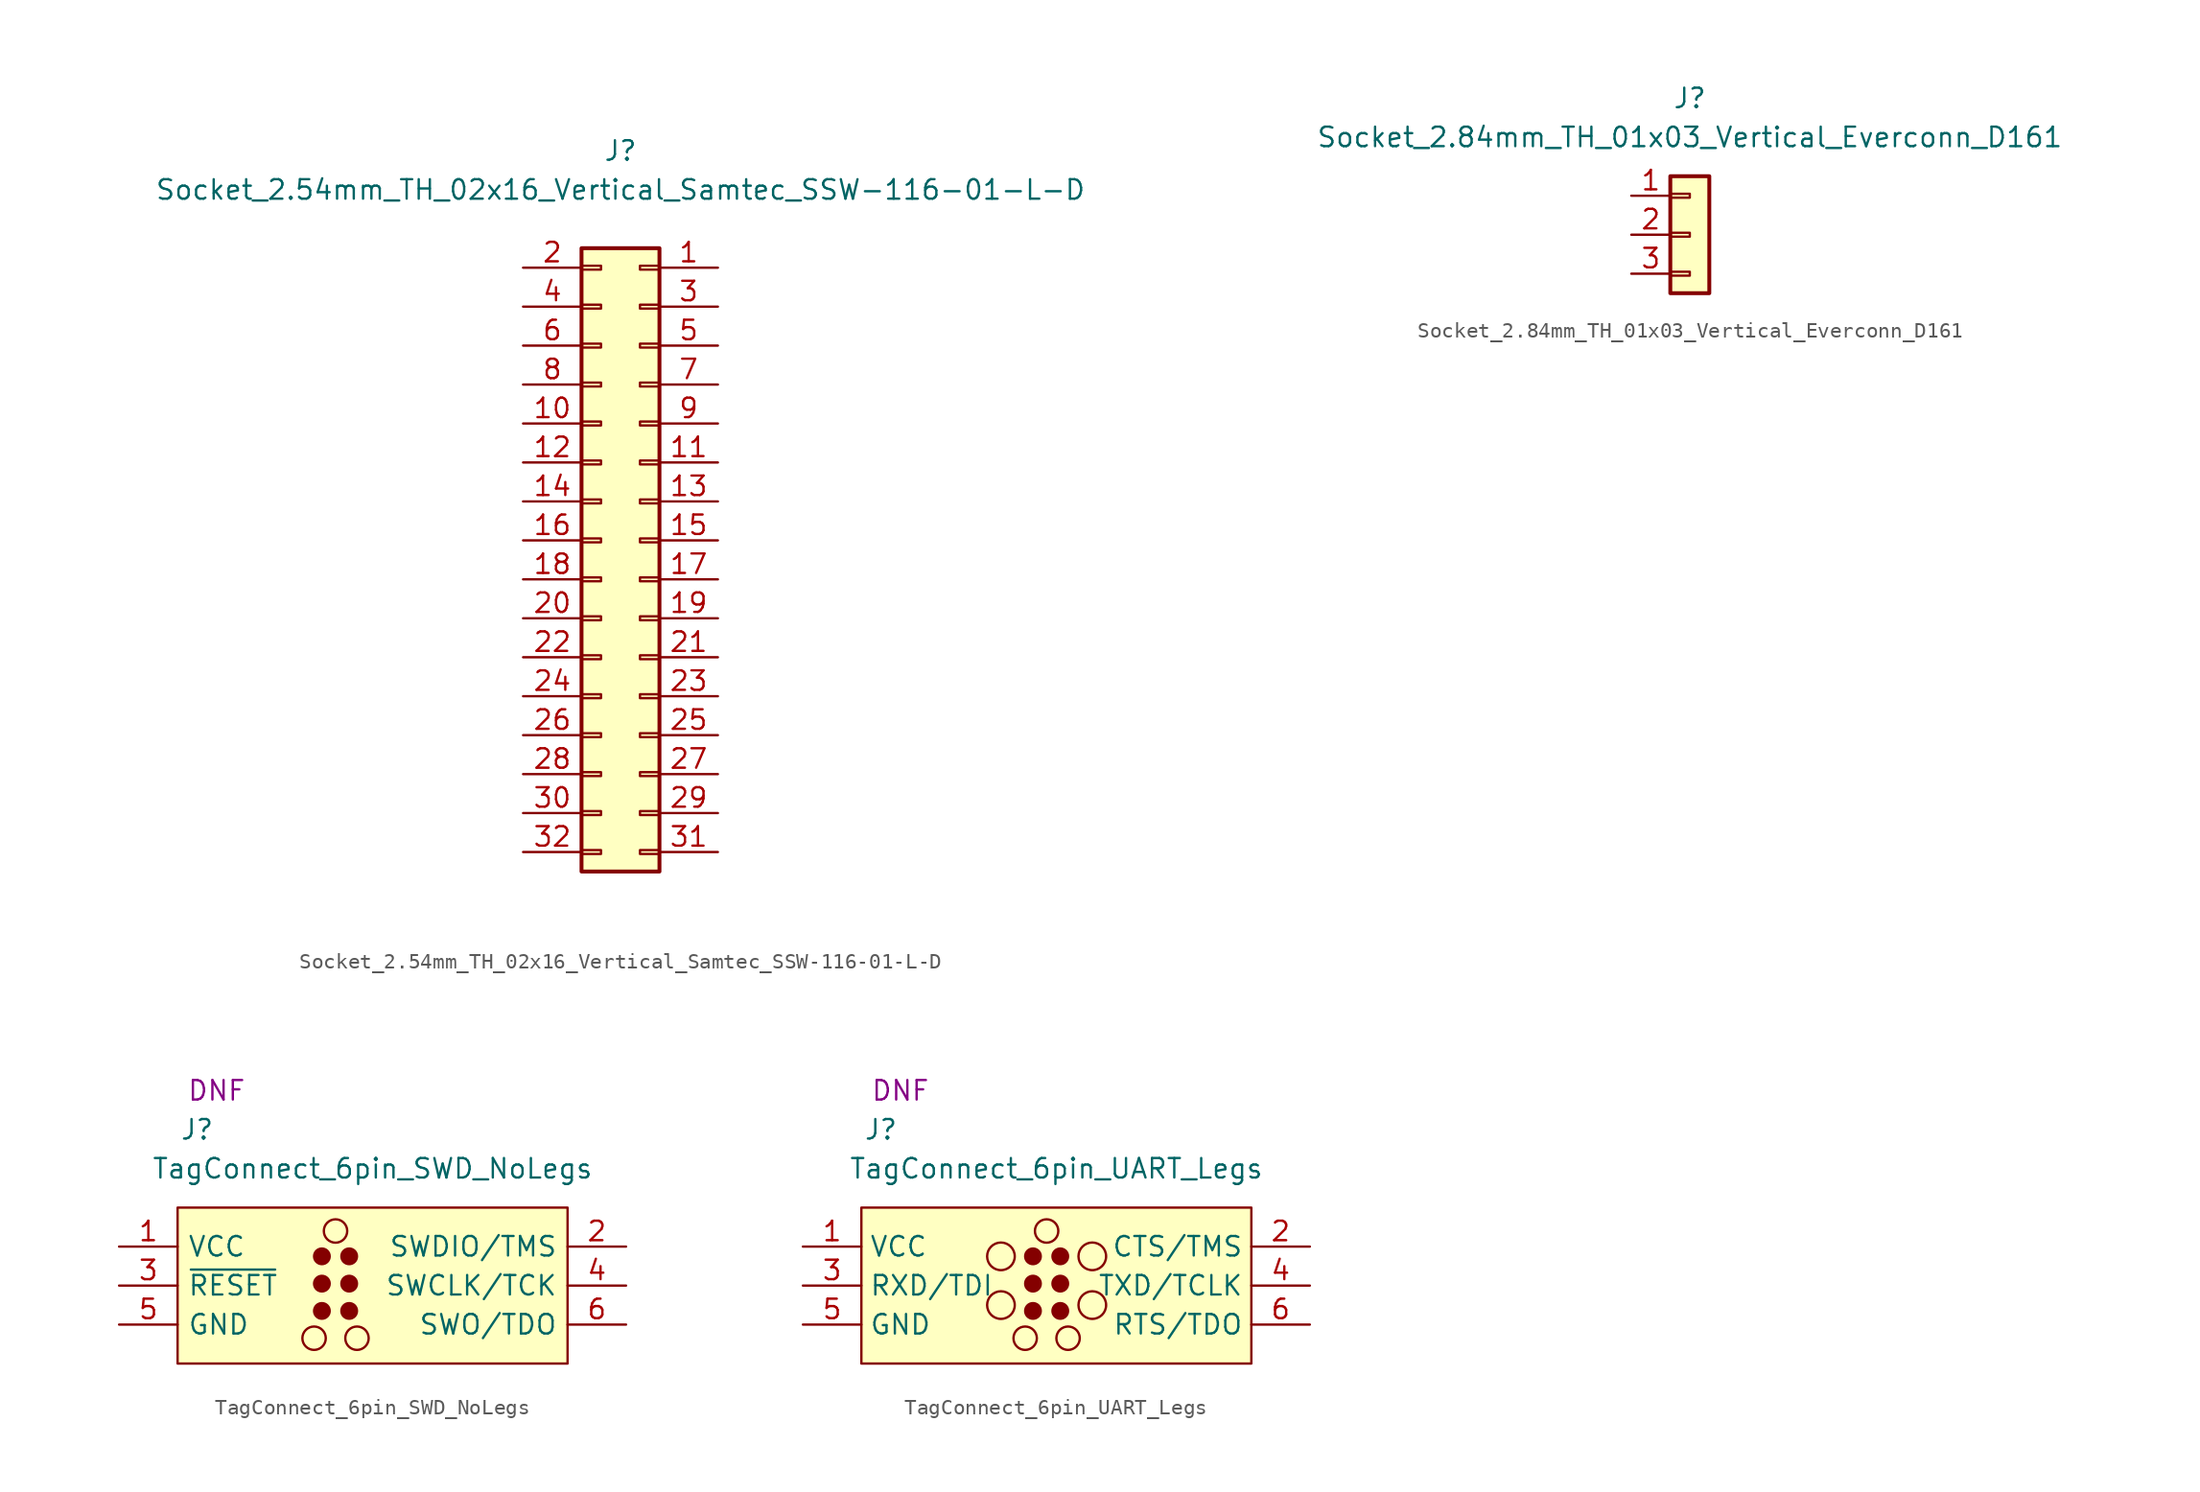
<source format=kicad_sym>
(kicad_symbol_lib
  (version 20241209)
  (generator "kicad_symbol_editor")
  (generator_version "9.0")
  (symbol "Socket_2.54mm_TH_02x16_Vertical_Samtec_SSW-116-01-L-D"
    (pin_names
      (offset 1.27)
      (hide yes))
    (property "Reference" "J"
      (at 0 26.67 0)
      (effects (font (size 1.27 1.27))))
    (property "Value" "Socket_2.54mm_TH_02x16_Vertical_Samtec_SSW-116-01-L-D"
      (at 0 24.13 0)
      (effects (font (size 1.27 1.27))))
    (symbol "Socket_2.54mm_TH_02x16_Vertical_Samtec_SSW-116-01-L-D_1_1"
      (rectangle (start -2.54 20.32) (end 2.54 -20.32) (stroke (width 0.254) (type default)) (fill (type background)))
      (rectangle (start -2.54 19.177) (end -1.27 18.923) (stroke (width 0.152) (type default)) (fill (type none)))
      (rectangle (start -2.54 16.637) (end -1.27 16.383) (stroke (width 0.152) (type default)) (fill (type none)))
      (rectangle (start -2.54 14.097) (end -1.27 13.843) (stroke (width 0.152) (type default)) (fill (type none)))
      (rectangle (start -2.54 11.557) (end -1.27 11.303) (stroke (width 0.152) (type default)) (fill (type none)))
      (rectangle (start -2.54 9.017) (end -1.27 8.763) (stroke (width 0.152) (type default)) (fill (type none)))
      (rectangle (start -2.54 6.477) (end -1.27 6.223) (stroke (width 0.152) (type default)) (fill (type none)))
      (rectangle (start -2.54 3.937) (end -1.27 3.683) (stroke (width 0.152) (type default)) (fill (type none)))
      (rectangle (start -2.54 1.397) (end -1.27 1.143) (stroke (width 0.152) (type default)) (fill (type none)))
      (rectangle (start -2.54 -1.143) (end -1.27 -1.397) (stroke (width 0.152) (type default)) (fill (type none)))
      (rectangle (start -2.54 -3.683) (end -1.27 -3.937) (stroke (width 0.152) (type default)) (fill (type none)))
      (rectangle (start -2.54 -6.223) (end -1.27 -6.477) (stroke (width 0.152) (type default)) (fill (type none)))
      (rectangle (start -2.54 -8.763) (end -1.27 -9.017) (stroke (width 0.152) (type default)) (fill (type none)))
      (rectangle (start -2.54 -11.303) (end -1.27 -11.557) (stroke (width 0.152) (type default)) (fill (type none)))
      (rectangle (start -2.54 -13.843) (end -1.27 -14.097) (stroke (width 0.152) (type default)) (fill (type none)))
      (rectangle (start -2.54 -16.383) (end -1.27 -16.637) (stroke (width 0.152) (type default)) (fill (type none)))
      (rectangle (start -2.54 -18.923) (end -1.27 -19.177) (stroke (width 0.152) (type default)) (fill (type none)))
      (rectangle (start 2.54 19.177) (end 1.27 18.923) (stroke (width 0.152) (type default)) (fill (type none)))
      (rectangle (start 2.54 16.637) (end 1.27 16.383) (stroke (width 0.152) (type default)) (fill (type none)))
      (rectangle (start 2.54 14.097) (end 1.27 13.843) (stroke (width 0.152) (type default)) (fill (type none)))
      (rectangle (start 2.54 11.557) (end 1.27 11.303) (stroke (width 0.152) (type default)) (fill (type none)))
      (rectangle (start 2.54 9.017) (end 1.27 8.763) (stroke (width 0.152) (type default)) (fill (type none)))
      (rectangle (start 2.54 6.477) (end 1.27 6.223) (stroke (width 0.152) (type default)) (fill (type none)))
      (rectangle (start 2.54 3.937) (end 1.27 3.683) (stroke (width 0.152) (type default)) (fill (type none)))
      (rectangle (start 2.54 1.397) (end 1.27 1.143) (stroke (width 0.152) (type default)) (fill (type none)))
      (rectangle (start 2.54 -1.143) (end 1.27 -1.397) (stroke (width 0.152) (type default)) (fill (type none)))
      (rectangle (start 2.54 -3.683) (end 1.27 -3.937) (stroke (width 0.152) (type default)) (fill (type none)))
      (rectangle (start 2.54 -6.223) (end 1.27 -6.477) (stroke (width 0.152) (type default)) (fill (type none)))
      (rectangle (start 2.54 -8.763) (end 1.27 -9.017) (stroke (width 0.152) (type default)) (fill (type none)))
      (rectangle (start 2.54 -11.303) (end 1.27 -11.557) (stroke (width 0.152) (type default)) (fill (type none)))
      (rectangle (start 2.54 -13.843) (end 1.27 -14.097) (stroke (width 0.152) (type default)) (fill (type none)))
      (rectangle (start 2.54 -16.383) (end 1.27 -16.637) (stroke (width 0.152) (type default)) (fill (type none)))
      (rectangle (start 2.54 -18.923) (end 1.27 -19.177) (stroke (width 0.152) (type default)) (fill (type none)))
      (pin passive line (at -6.35 19.05 0) (length 3.81) (name "Pin_2" (effects (font (size 1.27 1.27)))) (number "2" (effects (font (size 1.27 1.27)))))
      (pin passive line (at -6.35 16.51 0) (length 3.81) (name "Pin_4" (effects (font (size 1.27 1.27)))) (number "4" (effects (font (size 1.27 1.27)))))
      (pin passive line (at -6.35 13.97 0) (length 3.81) (name "Pin_6" (effects (font (size 1.27 1.27)))) (number "6" (effects (font (size 1.27 1.27)))))
      (pin passive line (at -6.35 11.43 0) (length 3.81) (name "Pin_8" (effects (font (size 1.27 1.27)))) (number "8" (effects (font (size 1.27 1.27)))))
      (pin passive line (at -6.35 8.89 0) (length 3.81) (name "Pin_10" (effects (font (size 1.27 1.27)))) (number "10" (effects (font (size 1.27 1.27)))))
      (pin passive line (at -6.35 6.35 0) (length 3.81) (name "Pin_12" (effects (font (size 1.27 1.27)))) (number "12" (effects (font (size 1.27 1.27)))))
      (pin passive line (at -6.35 3.81 0) (length 3.81) (name "Pin_14" (effects (font (size 1.27 1.27)))) (number "14" (effects (font (size 1.27 1.27)))))
      (pin passive line (at -6.35 1.27 0) (length 3.81) (name "Pin_16" (effects (font (size 1.27 1.27)))) (number "16" (effects (font (size 1.27 1.27)))))
      (pin passive line (at -6.35 -1.27 0) (length 3.81) (name "Pin_18" (effects (font (size 1.27 1.27)))) (number "18" (effects (font (size 1.27 1.27)))))
      (pin passive line (at -6.35 -3.81 0) (length 3.81) (name "Pin_20" (effects (font (size 1.27 1.27)))) (number "20" (effects (font (size 1.27 1.27)))))
      (pin passive line (at -6.35 -6.35 0) (length 3.81) (name "Pin_22" (effects (font (size 1.27 1.27)))) (number "22" (effects (font (size 1.27 1.27)))))
      (pin passive line (at -6.35 -8.89 0) (length 3.81) (name "Pin_24" (effects (font (size 1.27 1.27)))) (number "24" (effects (font (size 1.27 1.27)))))
      (pin passive line (at -6.35 -11.43 0) (length 3.81) (name "Pin_26" (effects (font (size 1.27 1.27)))) (number "26" (effects (font (size 1.27 1.27)))))
      (pin passive line (at -6.35 -13.97 0) (length 3.81) (name "Pin_28" (effects (font (size 1.27 1.27)))) (number "28" (effects (font (size 1.27 1.27)))))
      (pin passive line (at -6.35 -16.51 0) (length 3.81) (name "Pin_30" (effects (font (size 1.27 1.27)))) (number "30" (effects (font (size 1.27 1.27)))))
      (pin passive line (at -6.35 -19.05 0) (length 3.81) (name "Pin_32" (effects (font (size 1.27 1.27)))) (number "32" (effects (font (size 1.27 1.27)))))
      (pin passive line (at 6.35 19.05 180) (length 3.81) (name "Pin_1" (effects (font (size 1.27 1.27)))) (number "1" (effects (font (size 1.27 1.27)))))
      (pin passive line (at 6.35 16.51 180) (length 3.81) (name "Pin_3" (effects (font (size 1.27 1.27)))) (number "3" (effects (font (size 1.27 1.27)))))
      (pin passive line (at 6.35 13.97 180) (length 3.81) (name "Pin_5" (effects (font (size 1.27 1.27)))) (number "5" (effects (font (size 1.27 1.27)))))
      (pin passive line (at 6.35 11.43 180) (length 3.81) (name "Pin_7" (effects (font (size 1.27 1.27)))) (number "7" (effects (font (size 1.27 1.27)))))
      (pin passive line (at 6.35 8.89 180) (length 3.81) (name "Pin_9" (effects (font (size 1.27 1.27)))) (number "9" (effects (font (size 1.27 1.27)))))
      (pin passive line (at 6.35 6.35 180) (length 3.81) (name "Pin_11" (effects (font (size 1.27 1.27)))) (number "11" (effects (font (size 1.27 1.27)))))
      (pin passive line (at 6.35 3.81 180) (length 3.81) (name "Pin_13" (effects (font (size 1.27 1.27)))) (number "13" (effects (font (size 1.27 1.27)))))
      (pin passive line (at 6.35 1.27 180) (length 3.81) (name "Pin_15" (effects (font (size 1.27 1.27)))) (number "15" (effects (font (size 1.27 1.27)))))
      (pin passive line (at 6.35 -1.27 180) (length 3.81) (name "Pin_17" (effects (font (size 1.27 1.27)))) (number "17" (effects (font (size 1.27 1.27)))))
      (pin passive line (at 6.35 -3.81 180) (length 3.81) (name "Pin_19" (effects (font (size 1.27 1.27)))) (number "19" (effects (font (size 1.27 1.27)))))
      (pin passive line (at 6.35 -6.35 180) (length 3.81) (name "Pin_21" (effects (font (size 1.27 1.27)))) (number "21" (effects (font (size 1.27 1.27)))))
      (pin passive line (at 6.35 -8.89 180) (length 3.81) (name "Pin_23" (effects (font (size 1.27 1.27)))) (number "23" (effects (font (size 1.27 1.27)))))
      (pin passive line (at 6.35 -11.43 180) (length 3.81) (name "Pin_25" (effects (font (size 1.27 1.27)))) (number "25" (effects (font (size 1.27 1.27)))))
      (pin passive line (at 6.35 -13.97 180) (length 3.81) (name "Pin_27" (effects (font (size 1.27 1.27)))) (number "27" (effects (font (size 1.27 1.27)))))
      (pin passive line (at 6.35 -16.51 180) (length 3.81) (name "Pin_29" (effects (font (size 1.27 1.27)))) (number "29" (effects (font (size 1.27 1.27)))))
      (pin passive line (at 6.35 -19.05 180) (length 3.81) (name "Pin_31" (effects (font (size 1.27 1.27)))) (number "31" (effects (font (size 1.27 1.27)))))))
  (symbol "Socket_2.84mm_TH_01x03_Vertical_Everconn_D161"
    (pin_names
      (offset 1.27)
      (hide yes))
    (property "Reference" "J"
      (at 0 8.89 0)
      (effects (font (size 1.27 1.27))))
    (property "Value" "Socket_2.84mm_TH_01x03_Vertical_Everconn_D161"
      (at 0 6.35 0)
      (effects (font (size 1.27 1.27))))
    (symbol "Socket_2.84mm_TH_01x03_Vertical_Everconn_D161_1_1"
      (rectangle (start -1.27 3.81) (end 1.27 -3.81) (stroke (width 0.254) (type default)) (fill (type background)))
      (rectangle (start -1.27 2.667) (end 0 2.413) (stroke (width 0.152) (type default)) (fill (type none)))
      (rectangle (start -1.27 0.127) (end 0 -0.127) (stroke (width 0.152) (type default)) (fill (type none)))
      (rectangle (start -1.27 -2.413) (end 0 -2.667) (stroke (width 0.152) (type default)) (fill (type none)))
      (pin passive line (at -3.81 2.54 0) (length 2.54) (name "Pin_1" (effects (font (size 1.27 1.27)))) (number "1" (effects (font (size 1.27 1.27)))))
      (pin passive line (at -3.81 0 0) (length 2.54) (name "Pin_2" (effects (font (size 1.27 1.27)))) (number "2" (effects (font (size 1.27 1.27)))))
      (pin passive line (at -3.81 -2.54 0) (length 2.54) (name "Pin_3" (effects (font (size 1.27 1.27)))) (number "3" (effects (font (size 1.27 1.27)))))))
  (symbol "TagConnect_6pin_SWD_NoLegs"
    (pin_names
      (offset 0.635))
    (property "Reference" "J"
      (at -11.43 10.16 0)
      (effects (font (size 1.27 1.27))))
    (property "Value" "TagConnect_6pin_SWD_NoLegs"
      (at 0 7.62 0)
      (effects (font (size 1.27 1.27))))
    (property "FitPart" "DNF"
      (at -10.16 12.7 0)
      (effects (font (size 1.27 1.27))))
    (symbol "TagConnect_6pin_SWD_NoLegs_0_0"
      (pin power_in line (at -16.51 2.54 0) (length 3.81) (name "VCC" (effects (font (size 1.27 1.27)))) (number "1" (effects (font (size 1.27 1.27)))))
      (pin input line (at -16.51 0 0) (length 3.81) (name "~{RESET}" (effects (font (size 1.27 1.27)))) (number "3" (effects (font (size 1.27 1.27)))))
      (pin power_in line (at -16.51 -2.54 0) (length 3.81) (name "GND" (effects (font (size 1.27 1.27)))) (number "5" (effects (font (size 1.27 1.27)))))
      (pin bidirectional line (at 16.51 2.54 180) (length 3.81) (name "SWDIO/TMS" (effects (font (size 1.27 1.27)))) (number "2" (effects (font (size 1.27 1.27)))))
      (pin input line (at 16.51 0 180) (length 3.81) (name "SWCLK/TCK" (effects (font (size 1.27 1.27)))) (number "4" (effects (font (size 1.27 1.27)))))
      (pin output line (at 16.51 -2.54 180) (length 3.81) (name "SWO/TDO" (effects (font (size 1.27 1.27)))) (number "6" (effects (font (size 1.27 1.27))))))
    (symbol "TagConnect_6pin_SWD_NoLegs_0_1"
      (rectangle (start -12.7 5.08) (end 12.7 -5.08) (stroke (width 0) (type default)) (fill (type background)))
      (circle (center -3.81 -3.429) (radius 0.762) (stroke (width 0) (type default)) (fill (type none)))
      (circle (center -3.302 1.905) (radius 0.508) (stroke (width 0) (type default)) (fill (type outline)))
      (circle (center -3.302 0.127) (radius 0.508) (stroke (width 0) (type default)) (fill (type outline)))
      (circle (center -3.302 -1.651) (radius 0.508) (stroke (width 0) (type default)) (fill (type outline)))
      (circle (center -2.413 3.556) (radius 0.762) (stroke (width 0) (type default)) (fill (type none)))
      (circle (center -1.016 -3.429) (radius 0.762) (stroke (width 0) (type default)) (fill (type none))))
    (symbol "TagConnect_6pin_SWD_NoLegs_1_1"
      (circle (center -1.524 1.905) (radius 0.508) (stroke (width 0) (type default)) (fill (type outline)))
      (circle (center -1.524 0.127) (radius 0.508) (stroke (width 0) (type default)) (fill (type outline)))
      (circle (center -1.524 -1.651) (radius 0.508) (stroke (width 0) (type default)) (fill (type outline)))))
  (symbol "TagConnect_6pin_UART_Legs"
    (property "Reference" "J"
      (at -11.43 10.16 0)
      (effects (font (size 1.27 1.27))))
    (property "Value" "TagConnect_6pin_UART_Legs"
      (at 0 7.62 0)
      (effects (font (size 1.27 1.27))))
    (property "FitPart" "DNF"
      (at -10.16 12.7 0)
      (effects (font (size 1.27 1.27))))
    (symbol "TagConnect_6pin_UART_Legs_0_0"
      (pin power_out line (at -16.51 2.54 0) (length 3.81) (name "VCC" (effects (font (size 1.27 1.27)))) (number "1" (effects (font (size 1.27 1.27)))))
      (pin input line (at -16.51 0 0) (length 3.81) (name "RXD/TDI" (effects (font (size 1.27 1.27)))) (number "3" (effects (font (size 1.27 1.27)))))
      (pin power_in line (at -16.51 -2.54 0) (length 3.81) (name "GND" (effects (font (size 1.27 1.27)))) (number "5" (effects (font (size 1.27 1.27)))))
      (pin input line (at 16.51 2.54 180) (length 3.81) (name "CTS/TMS" (effects (font (size 1.27 1.27)))) (number "2" (effects (font (size 1.27 1.27)))))
      (pin output line (at 16.51 0 180) (length 3.81) (name "TXD/TCLK" (effects (font (size 1.27 1.27)))) (number "4" (effects (font (size 1.27 1.27)))))
      (pin output line (at 16.51 -2.54 180) (length 3.81) (name "RTS/TDO" (effects (font (size 1.27 1.27)))) (number "6" (effects (font (size 1.27 1.27))))))
    (symbol "TagConnect_6pin_UART_Legs_0_1"
      (rectangle (start -12.7 5.08) (end 12.7 -5.08) (stroke (width 0) (type default)) (fill (type background)))
      (circle (center -3.61 1.905) (radius 0.9) (stroke (width 0) (type default)) (fill (type none)))
      (circle (center -3.61 -1.27) (radius 0.9) (stroke (width 0) (type default)) (fill (type none)))
      (circle (center -2.032 -3.429) (radius 0.762) (stroke (width 0) (type default)) (fill (type none)))
      (circle (center -1.524 1.905) (radius 0.508) (stroke (width 0) (type default)) (fill (type outline)))
      (circle (center -1.524 0.127) (radius 0.508) (stroke (width 0) (type default)) (fill (type outline)))
      (circle (center -1.524 -1.651) (radius 0.508) (stroke (width 0) (type default)) (fill (type outline)))
      (circle (center -0.635 3.556) (radius 0.762) (stroke (width 0) (type default)) (fill (type none)))
      (circle (center 0.762 -3.429) (radius 0.762) (stroke (width 0) (type default)) (fill (type none)))
      (circle (center 2.34 1.905) (radius 0.9) (stroke (width 0) (type default)) (fill (type none)))
      (circle (center 2.34 -1.27) (radius 0.9) (stroke (width 0) (type default)) (fill (type none))))
    (symbol "TagConnect_6pin_UART_Legs_1_1"
      (circle (center 0.254 1.905) (radius 0.508) (stroke (width 0) (type default)) (fill (type outline)))
      (circle (center 0.254 0.127) (radius 0.508) (stroke (width 0) (type default)) (fill (type outline)))
      (circle (center 0.254 -1.651) (radius 0.508) (stroke (width 0) (type default)) (fill (type outline))))))
</source>
